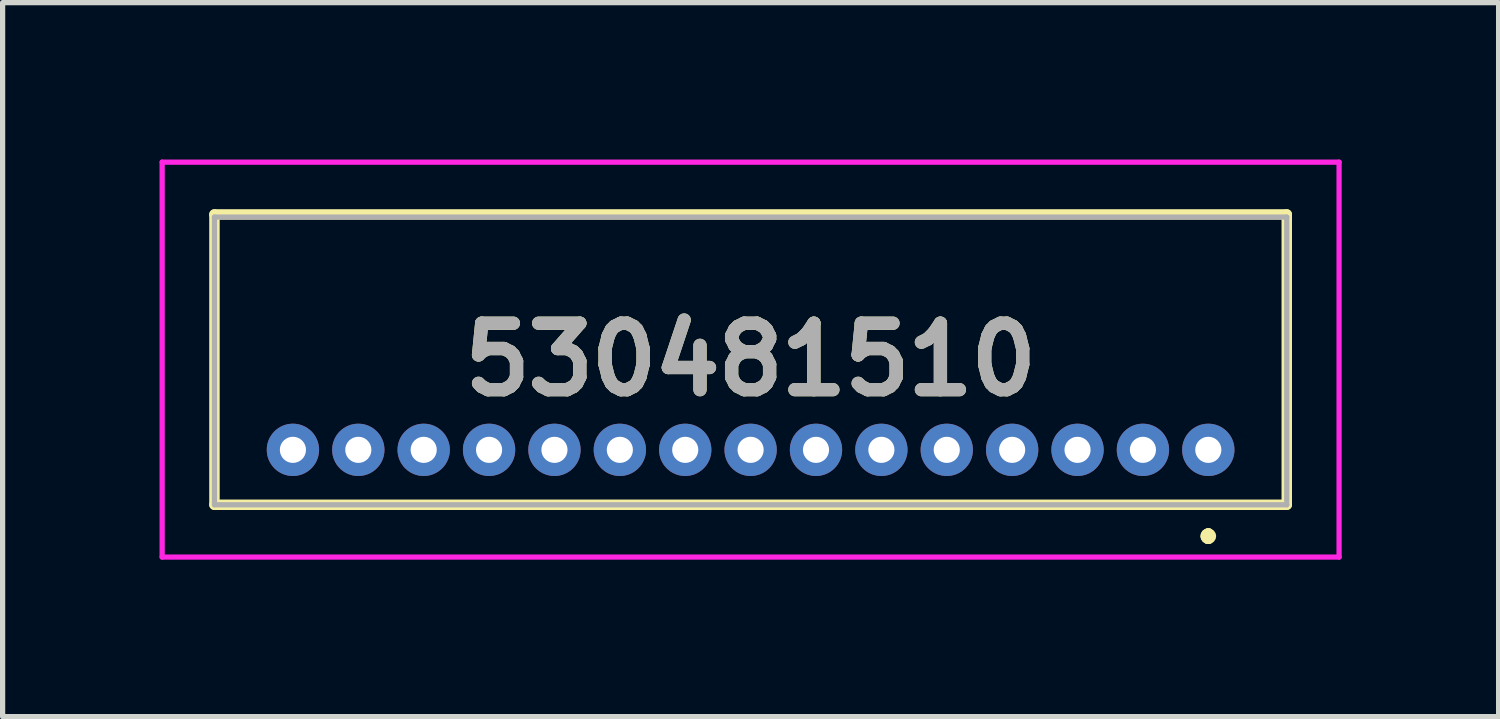
<source format=kicad_pcb>
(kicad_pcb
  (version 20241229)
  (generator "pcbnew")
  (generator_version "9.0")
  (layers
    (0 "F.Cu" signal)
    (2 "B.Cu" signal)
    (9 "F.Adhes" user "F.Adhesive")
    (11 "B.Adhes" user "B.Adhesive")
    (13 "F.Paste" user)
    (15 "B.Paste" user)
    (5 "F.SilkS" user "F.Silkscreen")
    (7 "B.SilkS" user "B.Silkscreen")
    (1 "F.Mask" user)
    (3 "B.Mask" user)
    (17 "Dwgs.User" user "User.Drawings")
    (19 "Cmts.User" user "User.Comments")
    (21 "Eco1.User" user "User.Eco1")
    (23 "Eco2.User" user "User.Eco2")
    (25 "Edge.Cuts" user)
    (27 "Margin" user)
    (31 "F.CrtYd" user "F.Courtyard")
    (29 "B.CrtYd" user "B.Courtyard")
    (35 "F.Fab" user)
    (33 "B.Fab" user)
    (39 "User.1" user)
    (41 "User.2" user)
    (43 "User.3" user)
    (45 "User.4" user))
  (footprint "530481510"
    (layer "F.Cu")
    (at 20.05 5.55)
    (property "Reference" "530481510" (at -8.75 -1.725 0) (layer "F.SilkS") (effects (font (size 1.27 1.27) (thickness 0.254))))
    (attr through_hole)
    (fp_line (start -19 -4.5) (end -19 1.05) (stroke (width 0.2) (type solid)) (layer "F.SilkS"))
    (fp_line (start -19 1.05) (end 1.5 1.05) (stroke (width 0.2) (type solid)) (layer "F.SilkS"))
    (fp_line (start 0 1.6) (end 0 1.6) (stroke (width 0.2) (type solid)) (layer "F.SilkS"))
    (fp_line (start 0 1.6) (end 0 1.6) (stroke (width 0.2) (type solid)) (layer "F.SilkS"))
    (fp_line (start 0 1.7) (end 0 1.7) (stroke (width 0.2) (type solid)) (layer "F.SilkS"))
    (fp_line (start 1.5 -4.5) (end -19 -4.5) (stroke (width 0.2) (type solid)) (layer "F.SilkS"))
    (fp_line (start 1.5 1.05) (end 1.5 -4.5) (stroke (width 0.2) (type solid)) (layer "F.SilkS"))
    (fp_arc (start 0 1.6) (mid 0.05 1.65) (end 0 1.7) (stroke (width 0.2) (type solid)) (layer "F.SilkS"))
    (fp_arc (start 0 1.7) (mid -0.05 1.65) (end 0 1.6) (stroke (width 0.2) (type solid)) (layer "F.SilkS"))
    (fp_arc (start 0 1.7) (mid -0.05 1.65) (end 0 1.6) (stroke (width 0.2) (type solid)) (layer "F.SilkS"))
    (fp_line (start -20 -5.5) (end 2.5 -5.5) (stroke (width 0.1) (type solid)) (layer "F.CrtYd"))
    (fp_line (start -20 2.05) (end -20 -5.5) (stroke (width 0.1) (type solid)) (layer "F.CrtYd"))
    (fp_line (start 2.5 -5.5) (end 2.5 2.05) (stroke (width 0.1) (type solid)) (layer "F.CrtYd"))
    (fp_line (start 2.5 2.05) (end -20 2.05) (stroke (width 0.1) (type solid)) (layer "F.CrtYd"))
    (fp_line (start -19 -4.45) (end -19 1.05) (stroke (width 0.1) (type solid)) (layer "F.Fab"))
    (fp_line (start -19 1.05) (end 1.5 1.05) (stroke (width 0.1) (type solid)) (layer "F.Fab"))
    (fp_line (start 1.5 -4.45) (end -19 -4.45) (stroke (width 0.1) (type solid)) (layer "F.Fab"))
    (fp_line (start 1.5 1.05) (end 1.5 -4.45) (stroke (width 0.1) (type solid)) (layer "F.Fab"))
    (fp_text user "${REFERENCE}" (at -8.75 -1.725 0) (layer "F.Fab") (effects (font (size 1.27 1.27) (thickness 0.254))))
    (pad "1" thru_hole circle (at 0 0) (size 1 1) (drill 0.5) (layers "*.Cu" "*.Mask"))
    (pad "2" thru_hole circle (at -1.25 0) (size 1 1) (drill 0.5) (layers "*.Cu" "*.Mask"))
    (pad "3" thru_hole circle (at -2.5 0) (size 1 1) (drill 0.5) (layers "*.Cu" "*.Mask"))
    (pad "4" thru_hole circle (at -3.75 0) (size 1 1) (drill 0.5) (layers "*.Cu" "*.Mask"))
    (pad "5" thru_hole circle (at -5 0) (size 1 1) (drill 0.5) (layers "*.Cu" "*.Mask"))
    (pad "6" thru_hole circle (at -6.25 0) (size 1 1) (drill 0.5) (layers "*.Cu" "*.Mask"))
    (pad "7" thru_hole circle (at -7.5 0) (size 1 1) (drill 0.5) (layers "*.Cu" "*.Mask"))
    (pad "8" thru_hole circle (at -8.75 0) (size 1 1) (drill 0.5) (layers "*.Cu" "*.Mask"))
    (pad "9" thru_hole circle (at -10 0) (size 1 1) (drill 0.5) (layers "*.Cu" "*.Mask"))
    (pad "10" thru_hole circle (at -11.25 0) (size 1 1) (drill 0.5) (layers "*.Cu" "*.Mask"))
    (pad "11" thru_hole circle (at -12.5 0) (size 1 1) (drill 0.5) (layers "*.Cu" "*.Mask"))
    (pad "12" thru_hole circle (at -13.75 0) (size 1 1) (drill 0.5) (layers "*.Cu" "*.Mask"))
    (pad "13" thru_hole circle (at -15 0) (size 1 1) (drill 0.5) (layers "*.Cu" "*.Mask"))
    (pad "14" thru_hole circle (at -16.25 0) (size 1 1) (drill 0.5) (layers "*.Cu" "*.Mask"))
    (pad "15" thru_hole circle (at -17.5 0) (size 1 1) (drill 0.5) (layers "*.Cu" "*.Mask")))
  (gr_rect
    (start -3 -3)
    (end 25.6 10.65)
    (stroke (width 0.1) (type default))
    (fill no)
    (layer "Edge.Cuts")))
</source>
